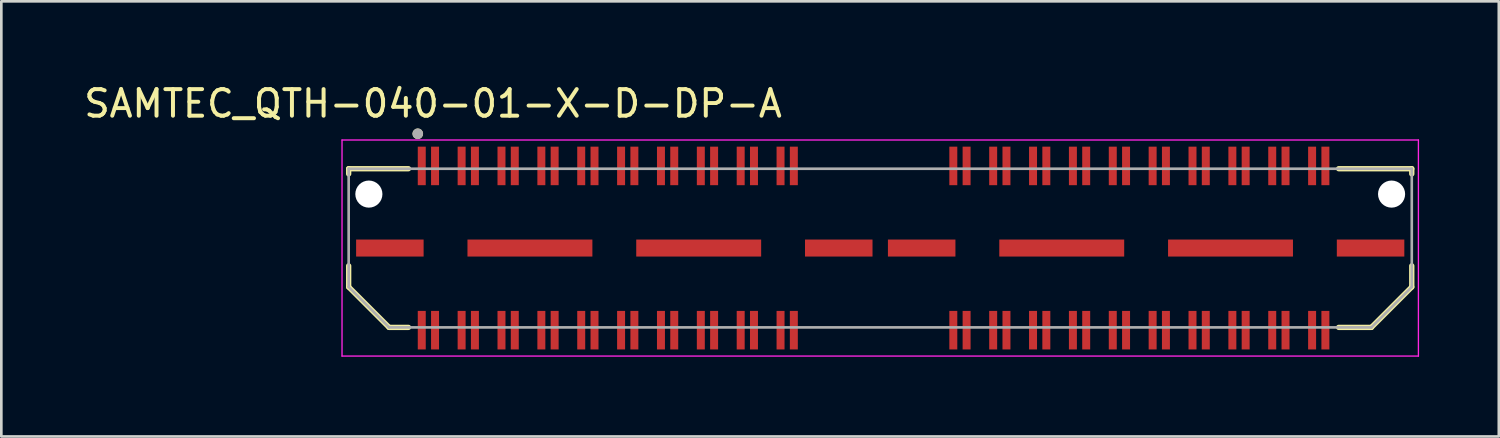
<source format=kicad_pcb>
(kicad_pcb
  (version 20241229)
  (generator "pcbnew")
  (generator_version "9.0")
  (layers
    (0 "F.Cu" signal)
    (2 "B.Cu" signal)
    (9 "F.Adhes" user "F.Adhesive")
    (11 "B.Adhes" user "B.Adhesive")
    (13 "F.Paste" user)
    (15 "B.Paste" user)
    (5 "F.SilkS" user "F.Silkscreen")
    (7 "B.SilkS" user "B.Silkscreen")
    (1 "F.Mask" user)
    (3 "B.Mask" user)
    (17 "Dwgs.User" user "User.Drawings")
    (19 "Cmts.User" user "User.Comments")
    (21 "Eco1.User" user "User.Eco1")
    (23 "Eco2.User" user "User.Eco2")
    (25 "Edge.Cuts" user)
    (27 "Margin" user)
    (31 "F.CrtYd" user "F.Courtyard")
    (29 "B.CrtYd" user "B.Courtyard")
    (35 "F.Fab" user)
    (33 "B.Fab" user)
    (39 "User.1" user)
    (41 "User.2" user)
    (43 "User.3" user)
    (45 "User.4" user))
  (footprint "SAMTEC_QTH-040-01-X-D-DP-A"
    (layer "F.Cu")
    (at 30.069 6.283)
    (property "Reference" "SAMTEC_QTH-040-01-X-D-DP-A" (at -16.825 -5.435 0) (layer "F.SilkS") (effects (font (size 1 1) (thickness 0.15))))
    (attr smd)
    (fp_line (start -20 -2.985) (end -17.75 -2.985) (stroke (width 0.2) (type solid)) (layer "F.SilkS"))
    (fp_line (start -20 -2.79) (end -20 -2.985) (stroke (width 0.2) (type solid)) (layer "F.SilkS"))
    (fp_line (start -20 0.67) (end -20 1.465) (stroke (width 0.2) (type solid)) (layer "F.SilkS"))
    (fp_line (start -20 1.465) (end -18.48 2.985) (stroke (width 0.2) (type solid)) (layer "F.SilkS"))
    (fp_line (start -18.48 2.985) (end -17.75 2.985) (stroke (width 0.2) (type solid)) (layer "F.SilkS"))
    (fp_line (start 18.48 2.985) (end 17.25 2.985) (stroke (width 0.2) (type solid)) (layer "F.SilkS"))
    (fp_line (start 20 -2.985) (end 17.25 -2.985) (stroke (width 0.2) (type solid)) (layer "F.SilkS"))
    (fp_line (start 20 -2.79) (end 20 -2.985) (stroke (width 0.2) (type solid)) (layer "F.SilkS"))
    (fp_line (start 20 0.67) (end 20 1.465) (stroke (width 0.2) (type solid)) (layer "F.SilkS"))
    (fp_line (start 20 1.465) (end 18.48 2.985) (stroke (width 0.2) (type solid)) (layer "F.SilkS"))
    (fp_circle (center -17.4 -4.3) (end -17.3 -4.3) (stroke (width 0.2) (type solid)) (fill no) (layer "F.SilkS"))
    (fp_line (start -20.25 -4.065) (end 20.25 -4.065) (stroke (width 0.05) (type solid)) (layer "F.CrtYd"))
    (fp_line (start -20.25 4.065) (end -20.25 -4.065) (stroke (width 0.05) (type solid)) (layer "F.CrtYd"))
    (fp_line (start 20.25 -4.065) (end 20.25 4.065) (stroke (width 0.05) (type solid)) (layer "F.CrtYd"))
    (fp_line (start 20.25 4.065) (end -20.25 4.065) (stroke (width 0.05) (type solid)) (layer "F.CrtYd"))
    (fp_line (start -20 -2.985) (end 20 -2.985) (stroke (width 0.1) (type solid)) (layer "F.Fab"))
    (fp_line (start -20 1.465) (end -20 -2.985) (stroke (width 0.1) (type solid)) (layer "F.Fab"))
    (fp_line (start -18.48 2.985) (end -20 1.465) (stroke (width 0.1) (type solid)) (layer "F.Fab"))
    (fp_line (start 18.48 2.985) (end -18.48 2.985) (stroke (width 0.1) (type solid)) (layer "F.Fab"))
    (fp_line (start 20 -2.985) (end 20 1.465) (stroke (width 0.1) (type solid)) (layer "F.Fab"))
    (fp_line (start 20 1.465) (end 18.48 2.985) (stroke (width 0.1) (type solid)) (layer "F.Fab"))
    (fp_circle (center -17.4 -4.3) (end -17.3 -4.3) (stroke (width 0.2) (type solid)) (fill no) (layer "F.Fab"))
    (pad "" np_thru_hole circle (at -19.24 -2.03) (size 1.02 1.02) (drill 1.02) (layers "*.Cu" "*.Mask"))
    (pad "" np_thru_hole circle (at 19.24 -2.03) (size 1.02 1.02) (drill 1.02) (layers "*.Cu" "*.Mask"))
    (pad "01" smd rect (at -17.25 -3.09) (size 0.3 1.45) (layers "F.Cu" "F.Mask" "F.Paste"))
    (pad "02" smd rect (at -17.25 3.09) (size 0.3 1.45) (layers "F.Cu" "F.Mask" "F.Paste"))
    (pad "03" smd rect (at -16.75 -3.09) (size 0.3 1.45) (layers "F.Cu" "F.Mask" "F.Paste"))
    (pad "04" smd rect (at -16.75 3.09) (size 0.3 1.45) (layers "F.Cu" "F.Mask" "F.Paste"))
    (pad "05" smd rect (at -15.75 -3.09) (size 0.3 1.45) (layers "F.Cu" "F.Mask" "F.Paste"))
    (pad "06" smd rect (at -15.75 3.09) (size 0.3 1.45) (layers "F.Cu" "F.Mask" "F.Paste"))
    (pad "07" smd rect (at -15.25 -3.09) (size 0.3 1.45) (layers "F.Cu" "F.Mask" "F.Paste"))
    (pad "08" smd rect (at -15.25 3.09) (size 0.3 1.45) (layers "F.Cu" "F.Mask" "F.Paste"))
    (pad "09" smd rect (at -14.25 -3.09) (size 0.3 1.45) (layers "F.Cu" "F.Mask" "F.Paste"))
    (pad "10" smd rect (at -14.25 3.09) (size 0.3 1.45) (layers "F.Cu" "F.Mask" "F.Paste"))
    (pad "11" smd rect (at -13.75 -3.09) (size 0.3 1.45) (layers "F.Cu" "F.Mask" "F.Paste"))
    (pad "12" smd rect (at -13.75 3.09) (size 0.3 1.45) (layers "F.Cu" "F.Mask" "F.Paste"))
    (pad "13" smd rect (at -12.75 -3.09) (size 0.3 1.45) (layers "F.Cu" "F.Mask" "F.Paste"))
    (pad "14" smd rect (at -12.75 3.09) (size 0.3 1.45) (layers "F.Cu" "F.Mask" "F.Paste"))
    (pad "15" smd rect (at -12.25 -3.09) (size 0.3 1.45) (layers "F.Cu" "F.Mask" "F.Paste"))
    (pad "16" smd rect (at -12.25 3.09) (size 0.3 1.45) (layers "F.Cu" "F.Mask" "F.Paste"))
    (pad "17" smd rect (at -11.25 -3.09) (size 0.3 1.45) (layers "F.Cu" "F.Mask" "F.Paste"))
    (pad "18" smd rect (at -11.25 3.09) (size 0.3 1.45) (layers "F.Cu" "F.Mask" "F.Paste"))
    (pad "19" smd rect (at -10.75 -3.09) (size 0.3 1.45) (layers "F.Cu" "F.Mask" "F.Paste"))
    (pad "20" smd rect (at -10.75 3.09) (size 0.3 1.45) (layers "F.Cu" "F.Mask" "F.Paste"))
    (pad "21" smd rect (at -9.75 -3.09) (size 0.3 1.45) (layers "F.Cu" "F.Mask" "F.Paste"))
    (pad "22" smd rect (at -9.75 3.09) (size 0.3 1.45) (layers "F.Cu" "F.Mask" "F.Paste"))
    (pad "23" smd rect (at -9.25 -3.09) (size 0.3 1.45) (layers "F.Cu" "F.Mask" "F.Paste"))
    (pad "24" smd rect (at -9.25 3.09) (size 0.3 1.45) (layers "F.Cu" "F.Mask" "F.Paste"))
    (pad "25" smd rect (at -8.25 -3.09) (size 0.3 1.45) (layers "F.Cu" "F.Mask" "F.Paste"))
    (pad "26" smd rect (at -8.25 3.09) (size 0.3 1.45) (layers "F.Cu" "F.Mask" "F.Paste"))
    (pad "27" smd rect (at -7.75 -3.09) (size 0.3 1.45) (layers "F.Cu" "F.Mask" "F.Paste"))
    (pad "28" smd rect (at -7.75 3.09) (size 0.3 1.45) (layers "F.Cu" "F.Mask" "F.Paste"))
    (pad "29" smd rect (at -6.75 -3.09) (size 0.3 1.45) (layers "F.Cu" "F.Mask" "F.Paste"))
    (pad "30" smd rect (at -6.75 3.09) (size 0.3 1.45) (layers "F.Cu" "F.Mask" "F.Paste"))
    (pad "31" smd rect (at -6.25 -3.09) (size 0.3 1.45) (layers "F.Cu" "F.Mask" "F.Paste"))
    (pad "32" smd rect (at -6.25 3.09) (size 0.3 1.45) (layers "F.Cu" "F.Mask" "F.Paste"))
    (pad "33" smd rect (at -5.25 -3.09) (size 0.3 1.45) (layers "F.Cu" "F.Mask" "F.Paste"))
    (pad "34" smd rect (at -5.25 3.09) (size 0.3 1.45) (layers "F.Cu" "F.Mask" "F.Paste"))
    (pad "35" smd rect (at -4.75 -3.09) (size 0.3 1.45) (layers "F.Cu" "F.Mask" "F.Paste"))
    (pad "36" smd rect (at -4.75 3.09) (size 0.3 1.45) (layers "F.Cu" "F.Mask" "F.Paste"))
    (pad "37" smd rect (at -3.75 -3.09) (size 0.3 1.45) (layers "F.Cu" "F.Mask" "F.Paste"))
    (pad "38" smd rect (at -3.75 3.09) (size 0.3 1.45) (layers "F.Cu" "F.Mask" "F.Paste"))
    (pad "39" smd rect (at -3.25 -3.09) (size 0.3 1.45) (layers "F.Cu" "F.Mask" "F.Paste"))
    (pad "40" smd rect (at -3.25 3.09) (size 0.3 1.45) (layers "F.Cu" "F.Mask" "F.Paste"))
    (pad "41" smd rect (at 2.75 -3.09) (size 0.3 1.45) (layers "F.Cu" "F.Mask" "F.Paste"))
    (pad "42" smd rect (at 2.75 3.09) (size 0.3 1.45) (layers "F.Cu" "F.Mask" "F.Paste"))
    (pad "43" smd rect (at 3.25 -3.09) (size 0.3 1.45) (layers "F.Cu" "F.Mask" "F.Paste"))
    (pad "44" smd rect (at 3.25 3.09) (size 0.3 1.45) (layers "F.Cu" "F.Mask" "F.Paste"))
    (pad "45" smd rect (at 4.25 -3.09) (size 0.3 1.45) (layers "F.Cu" "F.Mask" "F.Paste"))
    (pad "46" smd rect (at 4.25 3.09) (size 0.3 1.45) (layers "F.Cu" "F.Mask" "F.Paste"))
    (pad "47" smd rect (at 4.75 -3.09) (size 0.3 1.45) (layers "F.Cu" "F.Mask" "F.Paste"))
    (pad "48" smd rect (at 4.75 3.09) (size 0.3 1.45) (layers "F.Cu" "F.Mask" "F.Paste"))
    (pad "49" smd rect (at 5.75 -3.09) (size 0.3 1.45) (layers "F.Cu" "F.Mask" "F.Paste"))
    (pad "50" smd rect (at 5.75 3.09) (size 0.3 1.45) (layers "F.Cu" "F.Mask" "F.Paste"))
    (pad "51" smd rect (at 6.25 -3.09) (size 0.3 1.45) (layers "F.Cu" "F.Mask" "F.Paste"))
    (pad "52" smd rect (at 6.25 3.09) (size 0.3 1.45) (layers "F.Cu" "F.Mask" "F.Paste"))
    (pad "53" smd rect (at 7.25 -3.09) (size 0.3 1.45) (layers "F.Cu" "F.Mask" "F.Paste"))
    (pad "54" smd rect (at 7.25 3.09) (size 0.3 1.45) (layers "F.Cu" "F.Mask" "F.Paste"))
    (pad "55" smd rect (at 7.75 -3.09) (size 0.3 1.45) (layers "F.Cu" "F.Mask" "F.Paste"))
    (pad "56" smd rect (at 7.75 3.09) (size 0.3 1.45) (layers "F.Cu" "F.Mask" "F.Paste"))
    (pad "57" smd rect (at 8.75 -3.09) (size 0.3 1.45) (layers "F.Cu" "F.Mask" "F.Paste"))
    (pad "58" smd rect (at 8.75 3.09) (size 0.3 1.45) (layers "F.Cu" "F.Mask" "F.Paste"))
    (pad "59" smd rect (at 9.25 -3.09) (size 0.3 1.45) (layers "F.Cu" "F.Mask" "F.Paste"))
    (pad "60" smd rect (at 9.25 3.09) (size 0.3 1.45) (layers "F.Cu" "F.Mask" "F.Paste"))
    (pad "61" smd rect (at 10.25 -3.09) (size 0.3 1.45) (layers "F.Cu" "F.Mask" "F.Paste"))
    (pad "62" smd rect (at 10.25 3.09) (size 0.3 1.45) (layers "F.Cu" "F.Mask" "F.Paste"))
    (pad "63" smd rect (at 10.75 -3.09) (size 0.3 1.45) (layers "F.Cu" "F.Mask" "F.Paste"))
    (pad "64" smd rect (at 10.75 3.09) (size 0.3 1.45) (layers "F.Cu" "F.Mask" "F.Paste"))
    (pad "65" smd rect (at 11.75 -3.09) (size 0.3 1.45) (layers "F.Cu" "F.Mask" "F.Paste"))
    (pad "66" smd rect (at 11.75 3.09) (size 0.3 1.45) (layers "F.Cu" "F.Mask" "F.Paste"))
    (pad "67" smd rect (at 12.25 -3.09) (size 0.3 1.45) (layers "F.Cu" "F.Mask" "F.Paste"))
    (pad "68" smd rect (at 12.25 3.09) (size 0.3 1.45) (layers "F.Cu" "F.Mask" "F.Paste"))
    (pad "69" smd rect (at 13.25 -3.09) (size 0.3 1.45) (layers "F.Cu" "F.Mask" "F.Paste"))
    (pad "70" smd rect (at 13.25 3.09) (size 0.3 1.45) (layers "F.Cu" "F.Mask" "F.Paste"))
    (pad "71" smd rect (at 13.75 -3.09) (size 0.3 1.45) (layers "F.Cu" "F.Mask" "F.Paste"))
    (pad "72" smd rect (at 13.75 3.09) (size 0.3 1.45) (layers "F.Cu" "F.Mask" "F.Paste"))
    (pad "73" smd rect (at 14.75 -3.09) (size 0.3 1.45) (layers "F.Cu" "F.Mask" "F.Paste"))
    (pad "74" smd rect (at 14.75 3.09) (size 0.3 1.45) (layers "F.Cu" "F.Mask" "F.Paste"))
    (pad "75" smd rect (at 15.25 -3.09) (size 0.3 1.45) (layers "F.Cu" "F.Mask" "F.Paste"))
    (pad "76" smd rect (at 15.25 3.09) (size 0.3 1.45) (layers "F.Cu" "F.Mask" "F.Paste"))
    (pad "77" smd rect (at 16.25 -3.09) (size 0.3 1.45) (layers "F.Cu" "F.Mask" "F.Paste"))
    (pad "78" smd rect (at 16.25 3.09) (size 0.3 1.45) (layers "F.Cu" "F.Mask" "F.Paste"))
    (pad "79" smd rect (at 16.75 -3.09) (size 0.3 1.45) (layers "F.Cu" "F.Mask" "F.Paste"))
    (pad "80" smd rect (at 16.75 3.09) (size 0.3 1.45) (layers "F.Cu" "F.Mask" "F.Paste"))
    (pad "G1" smd rect (at -18.45 0) (size 2.54 0.64) (layers "F.Cu" "F.Mask" "F.Paste"))
    (pad "G2" smd rect (at -13.18 0) (size 4.7 0.64) (layers "F.Cu" "F.Mask" "F.Paste"))
    (pad "G3" smd rect (at -6.83 0) (size 4.7 0.64) (layers "F.Cu" "F.Mask" "F.Paste"))
    (pad "G4" smd rect (at -1.56 0) (size 2.54 0.64) (layers "F.Cu" "F.Mask" "F.Paste"))
    (pad "G5" smd rect (at 1.56 0) (size 2.54 0.64) (layers "F.Cu" "F.Mask" "F.Paste"))
    (pad "G6" smd rect (at 6.83 0) (size 4.7 0.64) (layers "F.Cu" "F.Mask" "F.Paste"))
    (pad "G7" smd rect (at 13.18 0) (size 4.7 0.64) (layers "F.Cu" "F.Mask" "F.Paste"))
    (pad "G8" smd rect (at 18.45 0) (size 2.54 0.64) (layers "F.Cu" "F.Mask" "F.Paste")))
  (gr_rect
    (start -3 -3)
    (end 53.344 13.373)
    (stroke (width 0.1) (type default))
    (fill no)
    (layer "Edge.Cuts")))
</source>
